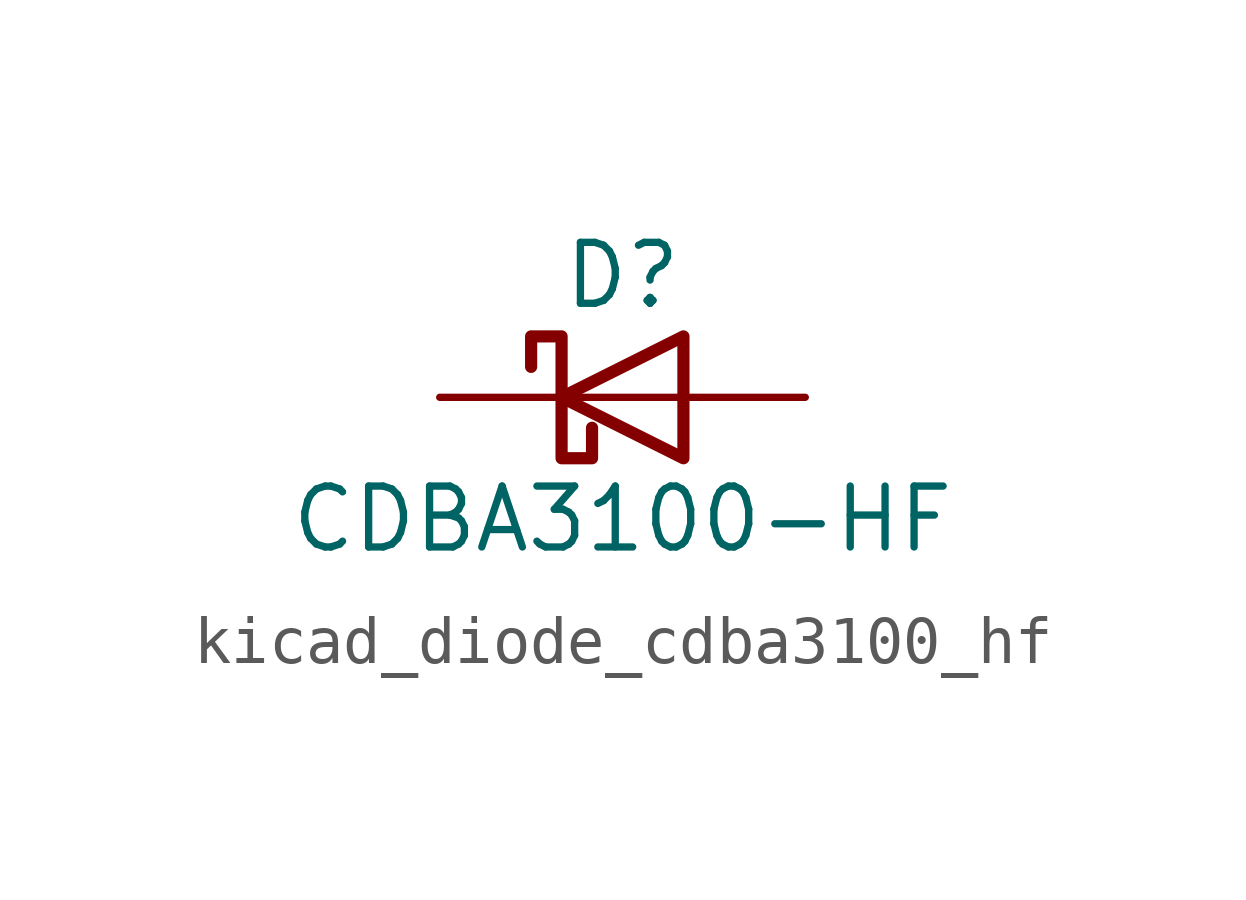
<source format=kicad_sym>
(kicad_symbol_lib
  (version 20220914)
  (generator kicad_symbol_editor)
  (symbol "kicad_diode_cdba3100_hf"
    (pin_numbers hide)
    (pin_names hide)
    (property "Reference" "D"
      (at 0 2.54 0)
      (effects (font (size 1.27 1.27))))
    (property "Value" "CDBA3100-HF"
      (at 0 -2.54 0)
      (effects (font (size 1.27 1.27))))
    (symbol "kicad_diode_cdba3100_hf_0_1"
      (polyline (pts (xy 1.27 0) (xy -1.27 0)) (stroke (width 0) (type default)) (fill (type none)))
      (polyline (pts (xy 1.27 1.27) (xy 1.27 -1.27) (xy -1.27 0) (xy 1.27 1.27)) (stroke (width 0.254) (type default)) (fill (type none)))
      (polyline (pts (xy -1.905 0.635) (xy -1.905 1.27) (xy -1.27 1.27) (xy -1.27 -1.27) (xy -0.635 -1.27) (xy -0.635 -0.635)) (stroke (width 0.254) (type default)) (fill (type none))))
    (symbol "kicad_diode_cdba3100_hf_1_1"
      (pin passive line (at -3.81 0 0) (length 2.54) (name "K" (effects (font (size 1.27 1.27)))) (number "1" (effects (font (size 1.27 1.27)))))
      (pin passive line (at 3.81 0 180) (length 2.54) (name "A" (effects (font (size 1.27 1.27)))) (number "2" (effects (font (size 1.27 1.27))))))))
</source>
